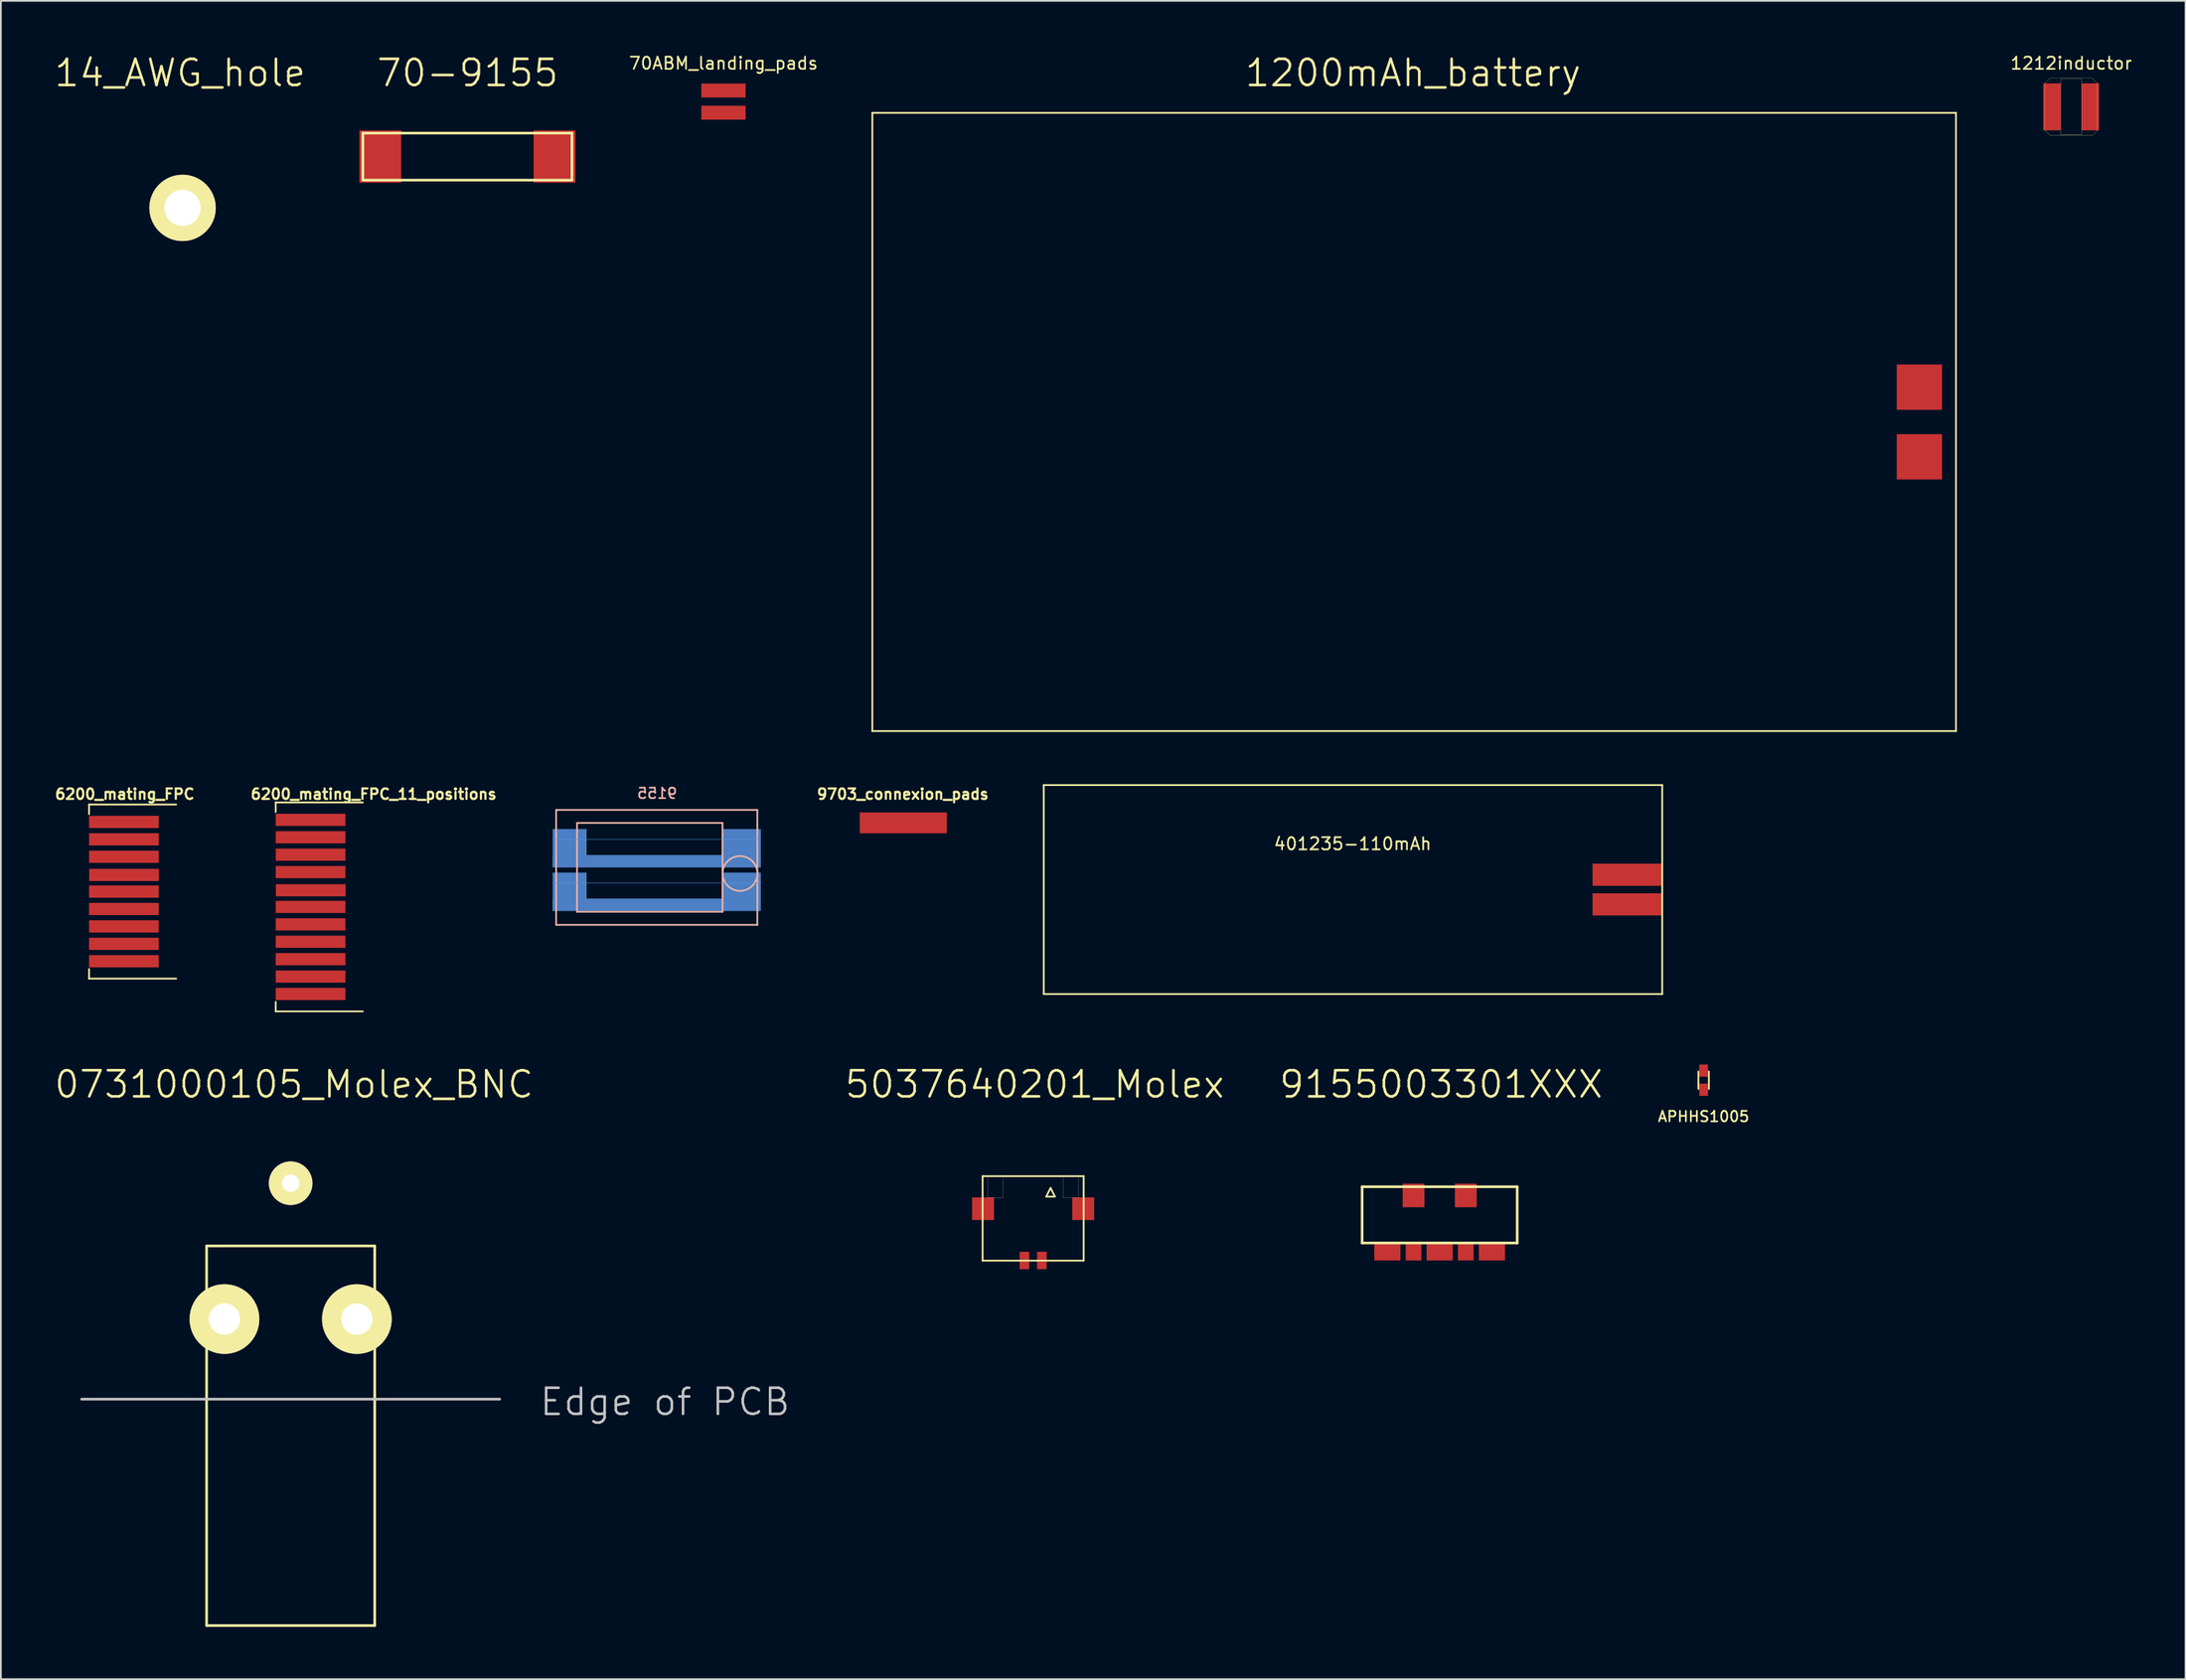
<source format=kicad_pcb>
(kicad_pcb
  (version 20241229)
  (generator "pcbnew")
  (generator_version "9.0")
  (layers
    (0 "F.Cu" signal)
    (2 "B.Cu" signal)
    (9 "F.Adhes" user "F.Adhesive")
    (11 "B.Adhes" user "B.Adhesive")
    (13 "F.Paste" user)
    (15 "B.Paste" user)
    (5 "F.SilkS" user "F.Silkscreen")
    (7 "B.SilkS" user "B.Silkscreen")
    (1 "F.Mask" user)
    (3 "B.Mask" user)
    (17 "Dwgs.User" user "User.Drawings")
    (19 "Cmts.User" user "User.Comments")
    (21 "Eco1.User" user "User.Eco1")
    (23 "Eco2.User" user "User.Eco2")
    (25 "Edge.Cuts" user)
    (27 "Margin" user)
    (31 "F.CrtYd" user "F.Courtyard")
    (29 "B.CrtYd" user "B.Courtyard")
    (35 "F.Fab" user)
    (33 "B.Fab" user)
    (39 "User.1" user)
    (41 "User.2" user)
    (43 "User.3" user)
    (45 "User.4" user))
  (footprint "70ABM_landing_pads"
    (layer "F.Cu")
    (at 38.475 2.785)
    (property "Reference" "70ABM_landing_pads" (at 0 -2.2 180) (layer "F.SilkS") (effects (font (size 0.7 0.7) (thickness 0.1))))
    (attr through_hole)
    (pad "1" smd rect (at 0 0.635) (size 2.54 0.8) (layers "F.Cu" "F.Mask"))
    (pad "2" smd rect (at 0 -0.635) (size 2.54 0.8) (layers "F.Cu" "F.Mask")))
  (footprint "70-9155"
    (layer "F.Cu")
    (at 23.779 5.942)
    (property "Reference" "70-9155" (at 0.013 -4.801 0) (layer "F.SilkS") (effects (font (size 1.5 1.5) (thickness 0.15))))
    (attr smd)
    (fp_line (start -6 -1.35) (end -6 1.35) (stroke (width 0.15) (type solid)) (layer "F.SilkS"))
    (fp_line (start -6 1.35) (end 6 1.35) (stroke (width 0.15) (type solid)) (layer "F.SilkS"))
    (fp_line (start 6 -1.35) (end -6 -1.35) (stroke (width 0.15) (type solid)) (layer "F.SilkS"))
    (fp_line (start 6 1.35) (end 6 -1.35) (stroke (width 0.15) (type solid)) (layer "F.SilkS"))
    (pad "1" smd rect (at -5 0) (size 2.4 3) (layers "F.Cu" "F.Mask" "F.Paste"))
    (pad "2" smd rect (at 5 0) (size 2.4 3) (layers "F.Cu" "F.Mask" "F.Paste")))
  (footprint "9155003301XXX"
    (layer "F.Cu")
    (at 79.586 67.328)
    (property "Reference" "9155003301XXX" (at 0.084 -8.108 0) (layer "F.SilkS") (effects (font (size 1.5 1.5) (thickness 0.15))))
    (attr through_hole)
    (fp_line (start -4.45 -2.23) (end 4.45 -2.23) (stroke (width 0.15) (type solid)) (layer "F.SilkS"))
    (fp_line (start -4.45 1) (end -4.45 -2.23) (stroke (width 0.15) (type solid)) (layer "F.SilkS"))
    (fp_line (start 4.45 -2.23) (end 4.45 1) (stroke (width 0.15) (type solid)) (layer "F.SilkS"))
    (fp_line (start 4.45 1) (end -4.45 1) (stroke (width 0.15) (type solid)) (layer "F.SilkS"))
    (pad "" smd rect (at -1.5 -1.73) (size 1.25 1.35) (layers "F.Cu" "F.Mask" "F.Paste"))
    (pad "" smd rect (at -1.5 1.5) (size 0.9 1) (layers "F.Cu" "F.Mask" "F.Paste"))
    (pad "" smd rect (at 1.5 -1.73) (size 1.25 1.35) (layers "F.Cu" "F.Mask" "F.Paste"))
    (pad "" smd rect (at 1.5 1.5) (size 0.9 1) (layers "F.Cu" "F.Mask" "F.Paste"))
    (pad "1" smd rect (at -3 1.5) (size 1.5 1) (layers "F.Cu" "F.Mask" "F.Paste"))
    (pad "2" smd rect (at 0 1.5) (size 1.5 1) (layers "F.Cu" "F.Mask" "F.Paste"))
    (pad "3" smd rect (at 3 1.5) (size 1.5 1) (layers "F.Cu" "F.Mask" "F.Paste")))
  (footprint "1200mAh_battery"
    (layer "F.Cu")
    (at 78.122 21.182)
    (property "Reference" "1200mAh_battery" (at -0.064 -20.041 0) (layer "F.SilkS") (effects (font (size 1.5 1.5) (thickness 0.15))))
    (attr through_hole)
    (fp_line (start -31.1 -17.75) (end -31.1 17.75) (stroke (width 0.1) (type solid)) (layer "F.SilkS"))
    (fp_line (start -31.1 17.75) (end 31.1 17.75) (stroke (width 0.1) (type solid)) (layer "F.SilkS"))
    (fp_line (start 31.1 -17.75) (end -31.1 -17.75) (stroke (width 0.1) (type solid)) (layer "F.SilkS"))
    (fp_line (start 31.1 17.75) (end 31.1 -17.75) (stroke (width 0.1) (type solid)) (layer "F.SilkS"))
    (pad "1" smd rect (at 29 -2) (size 2.6 2.6) (layers "F.Cu" "F.Mask" "F.Paste"))
    (pad "2" smd rect (at 29 2) (size 2.6 2.6) (layers "F.Cu" "F.Mask" "F.Paste")))
  (footprint "14_AWG_hole"
    (layer "F.Cu")
    (at 7.429 8.888)
    (property "Reference" "14_AWG_hole" (at -0.14 -7.747 0) (layer "F.SilkS") (effects (font (size 1.5 1.5) (thickness 0.15))))
    (attr through_hole)
    (pad "1" thru_hole circle (at 0 0) (size 3.81 3.81) (drill 2.083) (layers "*.Cu" "*.Mask" "F.SilkS")))
  (footprint "0731000105_Molex_BNC"
    (layer "F.Cu")
    (at 13.634 68.796)
    (property "Reference" "0731000105_Molex_BNC" (at 0.191 -9.576 0) (layer "F.SilkS") (effects (font (size 1.5 1.5) (thickness 0.15))))
    (attr through_hole)
    (fp_line (start -4.825 -0.3) (end 4.825 -0.3) (stroke (width 0.15) (type solid)) (layer "F.SilkS"))
    (fp_line (start -4.825 21.5) (end -4.825 -0.3) (stroke (width 0.15) (type solid)) (layer "F.SilkS"))
    (fp_line (start -4.825 21.5) (end 4.825 21.5) (stroke (width 0.15) (type solid)) (layer "F.SilkS"))
    (fp_line (start 4.825 21.5) (end 4.825 -0.3) (stroke (width 0.15) (type solid)) (layer "F.SilkS"))
    (fp_line (start -12 8.5) (end 12 8.5) (stroke (width 0.15) (type solid)) (layer "Dwgs.User"))
    (fp_text user "Edge of PCB" (at 21.486 8.656 0) (layer "Dwgs.User") (effects (font (size 1.5 1.5) (thickness 0.15))))
    (pad "1" thru_hole circle (at -3.8 3.9) (size 4 4) (drill 1.8) (layers "*.Cu" "*.Mask" "F.SilkS"))
    (pad "2" thru_hole circle (at 3.8 3.9) (size 4 4) (drill 1.8) (layers "*.Cu" "*.Mask" "F.SilkS"))
    (pad "3" thru_hole circle (at 0 -3.9) (size 2.5 2.5) (drill 1) (layers "*.Cu" "*.Mask" "F.SilkS")))
  (footprint "1212inductor"
    (layer "F.Cu")
    (at 115.835 3.085)
    (property "Reference" "1212inductor" (at 0 -2.5 0) (layer "F.SilkS") (effects (font (size 0.7 0.7) (thickness 0.1))))
    (attr through_hole)
    (fp_line (start -1.5 1.35) (end -1.5 -1.35) (stroke (width 0.01) (type solid)) (layer "F.SilkS"))
    (fp_line (start -1.2 -1.65) (end -1.5 -1.35) (stroke (width 0.01) (type solid)) (layer "F.SilkS"))
    (fp_line (start -1.2 1.65) (end -1.5 1.35) (stroke (width 0.01) (type solid)) (layer "F.SilkS"))
    (fp_line (start -1.2 1.65) (end 1.2 1.65) (stroke (width 0.01) (type solid)) (layer "F.SilkS"))
    (fp_line (start -0.6 -1.6) (end -0.6 1.6) (stroke (width 0.01) (type solid)) (layer "F.SilkS"))
    (fp_line (start -0.6 1.6) (end 0.55 1.6) (stroke (width 0.01) (type solid)) (layer "F.SilkS"))
    (fp_line (start 0.55 1.6) (end 0.6 1.6) (stroke (width 0.01) (type solid)) (layer "F.SilkS"))
    (fp_line (start 0.6 -1.6) (end -0.6 -1.6) (stroke (width 0.01) (type solid)) (layer "F.SilkS"))
    (fp_line (start 0.6 1.6) (end 0.6 -1.6) (stroke (width 0.01) (type solid)) (layer "F.SilkS"))
    (fp_line (start 1.2 -1.65) (end -1.2 -1.65) (stroke (width 0.01) (type solid)) (layer "F.SilkS"))
    (fp_line (start 1.2 -1.65) (end 1.5 -1.35) (stroke (width 0.01) (type solid)) (layer "F.SilkS"))
    (fp_line (start 1.2 1.65) (end 1.5 1.35) (stroke (width 0.01) (type solid)) (layer "F.SilkS"))
    (fp_line (start 1.5 -1.35) (end 1.5 1.35) (stroke (width 0.01) (type solid)) (layer "F.SilkS"))
    (pad "1" smd rect (at -1.1 0) (size 1 2.7) (layers "F.Cu" "F.Mask" "F.Paste"))
    (pad "2" smd rect (at 1.1 0) (size 1 2.7) (layers "F.Cu" "F.Mask" "F.Paste")))
  (footprint "9703_connexion_pads"
    (layer "F.Cu")
    (at 48.799 44.202)
    (property "Reference" "9703_connexion_pads" (at -0.03 -1.65 0) (layer "F.SilkS") (effects (font (size 0.6 0.6) (thickness 0.125))))
    (attr exclude_from_pos_files exclude_from_bom)
    (pad "1" smd rect (at 0 0) (size 5 1.2) (layers "F.Cu" "F.Mask")))
  (footprint "APHHS1005"
    (layer "F.Cu")
    (at 94.738 58.979)
    (property "Reference" "APHHS1005" (at -0.003 2.088 0) (layer "F.SilkS") (effects (font (size 0.6 0.6) (thickness 0.1))))
    (attr through_hole)
    (fp_line (start -0.3 -0.5) (end -0.3 0.5) (stroke (width 0.1) (type solid)) (layer "F.SilkS"))
    (fp_line (start 0.3 -0.5) (end 0.3 0.5) (stroke (width 0.1) (type solid)) (layer "F.SilkS"))
    (pad "1" smd rect (at 0 0.55) (size 0.5 0.7) (layers "F.Cu" "F.Mask" "F.Paste"))
    (pad "2" smd rect (at 0 -0.55) (size 0.5 0.7) (layers "F.Cu" "F.Mask" "F.Paste")))
  (footprint "6200_mating_FPC_11_positions"
    (layer "F.Cu")
    (at 14.777 49.029)
    (property "Reference" "6200_mating_FPC_11_positions" (at 3.62 -6.477 0) (layer "F.SilkS") (effects (font (size 0.6 0.6) (thickness 0.125))))
    (attr exclude_from_pos_files exclude_from_bom)
    (fp_line (start -2 -6) (end 3 -6) (stroke (width 0.1) (type solid)) (layer "F.SilkS"))
    (fp_line (start -2 -5.45) (end -2 -6) (stroke (width 0.1) (type solid)) (layer "F.SilkS"))
    (fp_line (start -2 5.45) (end -2 6) (stroke (width 0.1) (type solid)) (layer "F.SilkS"))
    (fp_line (start -2 6) (end 3 6) (stroke (width 0.1) (type solid)) (layer "F.SilkS"))
    (pad "1" smd rect (at 0 5) (size 4 0.7) (layers "F.Cu" "F.Mask"))
    (pad "2" smd rect (at 0 4) (size 4 0.7) (layers "F.Cu" "F.Mask"))
    (pad "3" smd rect (at 0 3) (size 4 0.7) (layers "F.Cu" "F.Mask"))
    (pad "4" smd rect (at 0 2) (size 4 0.7) (layers "F.Cu" "F.Mask"))
    (pad "5" smd rect (at 0 1) (size 4 0.7) (layers "F.Cu" "F.Mask"))
    (pad "6" smd rect (at 0 0) (size 4 0.7) (layers "F.Cu" "F.Mask"))
    (pad "7" smd rect (at 0.008 -0.955) (size 4 0.7) (layers "F.Cu" "F.Mask"))
    (pad "8" smd rect (at 0 -2) (size 4 0.7) (layers "F.Cu" "F.Mask"))
    (pad "9" smd rect (at 0 -3) (size 4 0.7) (layers "F.Cu" "F.Mask"))
    (pad "10" smd rect (at 0 -4) (size 4 0.7) (layers "F.Cu" "F.Mask"))
    (pad "11" smd rect (at 0 -5) (size 4 0.7) (layers "F.Cu" "F.Mask")))
  (footprint "5037640201_Molex"
    (layer "F.Cu")
    (at 56.252 66.916)
    (property "Reference" "5037640201_Molex" (at 0.089 -7.696 0) (layer "F.SilkS") (effects (font (size 1.5 1.5) (thickness 0.15))))
    (attr through_hole)
    (fp_line (start -2.9 -2.425) (end 2.9 -2.425) (stroke (width 0.1) (type solid)) (layer "F.SilkS"))
    (fp_line (start -2.9 2.425) (end -2.9 -2.425) (stroke (width 0.1) (type solid)) (layer "F.SilkS"))
    (fp_line (start 0.75 -1.25) (end 1.25 -1.25) (stroke (width 0.1) (type solid)) (layer "F.SilkS"))
    (fp_line (start 1 -1.75) (end 0.75 -1.25) (stroke (width 0.1) (type solid)) (layer "F.SilkS"))
    (fp_line (start 1.25 -1.25) (end 1 -1.75) (stroke (width 0.1) (type solid)) (layer "F.SilkS"))
    (fp_line (start 2.9 -2.425) (end 2.9 2.425) (stroke (width 0.1) (type solid)) (layer "F.SilkS"))
    (fp_line (start 2.9 2.425) (end -2.9 2.425) (stroke (width 0.1) (type solid)) (layer "F.SilkS"))
    (fp_line (start -2.605 -2.425) (end -2.605 -1.175) (stroke (width 0.01) (type solid)) (layer "Dwgs.User"))
    (fp_line (start -2.605 -2.425) (end -1.735 -2.425) (stroke (width 0.01) (type solid)) (layer "Dwgs.User"))
    (fp_line (start -2.605 -1.175) (end -1.735 -1.175) (stroke (width 0.01) (type solid)) (layer "Dwgs.User"))
    (fp_line (start -1.735 -1.175) (end -1.735 -2.425) (stroke (width 0.01) (type solid)) (layer "Dwgs.User"))
    (fp_line (start 1.735 -2.425) (end 2.605 -2.425) (stroke (width 0.01) (type solid)) (layer "Dwgs.User"))
    (fp_line (start 1.735 -1.175) (end 1.735 -2.425) (stroke (width 0.01) (type solid)) (layer "Dwgs.User"))
    (fp_line (start 1.735 -1.175) (end 2.605 -1.175) (stroke (width 0.01) (type solid)) (layer "Dwgs.User"))
    (fp_line (start 2.605 -2.425) (end 2.605 -1.175) (stroke (width 0.01) (type solid)) (layer "Dwgs.User"))
    (pad "1" smd rect (at 0.5 2.415) (size 0.55 1) (layers "F.Cu" "F.Mask" "F.Paste"))
    (pad "2" smd rect (at -0.5 2.415) (size 0.55 1) (layers "F.Cu" "F.Mask" "F.Paste"))
    (pad "~" smd rect (at -2.875 -0.555) (size 1.26 1.3) (layers "F.Cu" "F.Mask" "F.Paste"))
    (pad "~" smd rect (at 2.875 -0.555) (size 1.26 1.3) (layers "F.Cu" "F.Mask" "F.Paste")))
  (footprint "9155"
    (layer "F.Cu")
    (at 34.647 46.758)
    (property "Reference" "9155" (at 0.025 -4.25 180) (layer "B.SilkS") (effects (font (size 0.6 0.6) (thickness 0.1)) (justify mirror)))
    (attr smd)
    (fp_poly (pts (xy 5.975 0) (xy -5.975 0) (xy -5.975 -2.2) (xy -4.025 -2.2) (xy -4.025 -0.7) (xy 3.775 -0.7) (xy 3.775 -2.2) (xy 5.975 -2.2)) (stroke (width 0.001) (type solid)) (fill yes) (layer "B.Cu"))
    (fp_poly (pts (xy 5.975 2.5) (xy -5.975 2.5) (xy -5.975 0.3) (xy -4.025 0.3) (xy -4.025 1.8) (xy 3.775 1.8) (xy 3.775 0.3) (xy 5.975 0.3)) (stroke (width 0.001) (type solid)) (fill yes) (layer "B.Cu"))
    (fp_poly (pts (xy 6.075 0.1) (xy -6.075 0.1) (xy -6.075 -2.3) (xy -3.925 -2.3) (xy -3.925 -0.8) (xy 3.675 -0.8) (xy 3.675 -2.3) (xy 6.075 -2.3)) (stroke (width 0.01) (type solid)) (fill yes) (layer "B.Mask"))
    (fp_poly (pts (xy 6.075 2.6) (xy -6.075 2.6) (xy -6.075 0.2) (xy -3.925 0.2) (xy -3.925 1.7) (xy 3.675 1.7) (xy 3.675 0.2) (xy 6.075 0.2)) (stroke (width 0.01) (type solid)) (fill yes) (layer "B.Mask"))
    (fp_line (start -5.775 -3.3) (end -5.775 3.3) (stroke (width 0.1) (type solid)) (layer "B.SilkS"))
    (fp_line (start -5.775 3.3) (end 5.775 3.3) (stroke (width 0.1) (type solid)) (layer "B.SilkS"))
    (fp_line (start -4.575 -2.55) (end -4.575 2.55) (stroke (width 0.1) (type solid)) (layer "B.SilkS"))
    (fp_line (start -4.575 -2.55) (end 3.775 -2.55) (stroke (width 0.1) (type solid)) (layer "B.SilkS"))
    (fp_line (start 3.775 -2.55) (end 3.775 2.55) (stroke (width 0.1) (type solid)) (layer "B.SilkS"))
    (fp_line (start 3.775 2.55) (end -4.575 2.55) (stroke (width 0.1) (type solid)) (layer "B.SilkS"))
    (fp_line (start 5.775 -3.3) (end -5.775 -3.3) (stroke (width 0.1) (type solid)) (layer "B.SilkS"))
    (fp_line (start 5.775 3.3) (end 5.775 -3.3) (stroke (width 0.1) (type solid)) (layer "B.SilkS"))
    (fp_circle (center 4.78 0.35) (end 5.78 0.35) (stroke (width 0.1) (type solid)) (fill no) (layer "B.SilkS"))
    (fp_poly (pts (xy 5.775 -0.2) (xy -5.775 -0.2) (xy -5.775 -2) (xy -4.225 -2) (xy -4.225 -0.5) (xy 3.975 -0.5) (xy 3.975 -2) (xy 5.775 -2)) (stroke (width 0.01) (type solid)) (fill yes) (layer "B.Paste"))
    (fp_poly (pts (xy 5.775 2.3) (xy -5.775 2.3) (xy -5.775 0.5) (xy -4.225 0.5) (xy -4.225 2) (xy 3.975 2) (xy 3.975 0.5) (xy 5.775 0.5)) (stroke (width 0.01) (type solid)) (fill yes) (layer "B.Paste"))
    (fp_line (start -5.95 -1.6) (end 5.978 -1.6) (stroke (width 0.025) (type solid)) (layer "Cmts.User"))
    (fp_line (start -5.95 0.9) (end 5.978 0.9) (stroke (width 0.025) (type solid)) (layer "Cmts.User"))
    (pad "1" smd rect (at 0 -0.35) (size 11.95 0.7) (layers "B.Cu"))
    (pad "2" smd rect (at 0 2.15) (size 11.95 0.7) (layers "B.Cu")))
  (footprint "401235-110mAh"
    (layer "F.Cu")
    (at 74.611 48.032)
    (property "Reference" "401235-110mAh" (at -0.02 -2.626 0) (layer "F.SilkS") (effects (font (size 0.7 0.7) (thickness 0.1))))
    (attr through_hole)
    (fp_line (start -17.75 -6) (end 17.75 -6) (stroke (width 0.1) (type solid)) (layer "F.SilkS"))
    (fp_line (start -17.75 6) (end -17.75 -6) (stroke (width 0.1) (type solid)) (layer "F.SilkS"))
    (fp_line (start -17.75 6) (end 17.75 6) (stroke (width 0.1) (type solid)) (layer "F.SilkS"))
    (fp_line (start 17.75 -6) (end 17.75 6) (stroke (width 0.1) (type solid)) (layer "F.SilkS"))
    (pad "1" smd rect (at 15.75 0.85) (size 4 1.27) (layers "F.Cu" "F.Mask" "F.Paste"))
    (pad "2" smd rect (at 15.75 -0.85) (size 4 1.27) (layers "F.Cu" "F.Mask" "F.Paste")))
  (footprint "6200_mating_FPC"
    (layer "F.Cu")
    (at 4.062 48.148)
    (property "Reference" "6200_mating_FPC" (at 0.051 -5.596 0) (layer "F.SilkS") (effects (font (size 0.6 0.6) (thickness 0.125))))
    (attr exclude_from_pos_files exclude_from_bom)
    (fp_line (start -2 -5) (end 3 -5) (stroke (width 0.1) (type solid)) (layer "F.SilkS"))
    (fp_line (start -2 -4.45) (end -2 -5) (stroke (width 0.1) (type solid)) (layer "F.SilkS"))
    (fp_line (start -2 4.45) (end -2 5) (stroke (width 0.1) (type solid)) (layer "F.SilkS"))
    (fp_line (start -2 5) (end 3 5) (stroke (width 0.1) (type solid)) (layer "F.SilkS"))
    (pad "1" smd rect (at 0 4) (size 4 0.7) (layers "F.Cu" "F.Mask"))
    (pad "2" smd rect (at 0 3) (size 4 0.7) (layers "F.Cu" "F.Mask"))
    (pad "3" smd rect (at 0 2) (size 4 0.7) (layers "F.Cu" "F.Mask"))
    (pad "4" smd rect (at 0 1) (size 4 0.7) (layers "F.Cu" "F.Mask"))
    (pad "5" smd rect (at 0 0) (size 4 0.7) (layers "F.Cu" "F.Mask"))
    (pad "6" smd rect (at 0.008 -0.955) (size 4 0.7) (layers "F.Cu" "F.Mask"))
    (pad "7" smd rect (at 0 -2) (size 4 0.7) (layers "F.Cu" "F.Mask"))
    (pad "8" smd rect (at 0 -3) (size 4 0.7) (layers "F.Cu" "F.Mask"))
    (pad "9" smd rect (at 0 -4) (size 4 0.7) (layers "F.Cu" "F.Mask")))
  (gr_rect
    (start -3 -3)
    (end 122.399 93.371)
    (stroke (width 0.1) (type default))
    (fill no)
    (layer "Edge.Cuts")))
</source>
